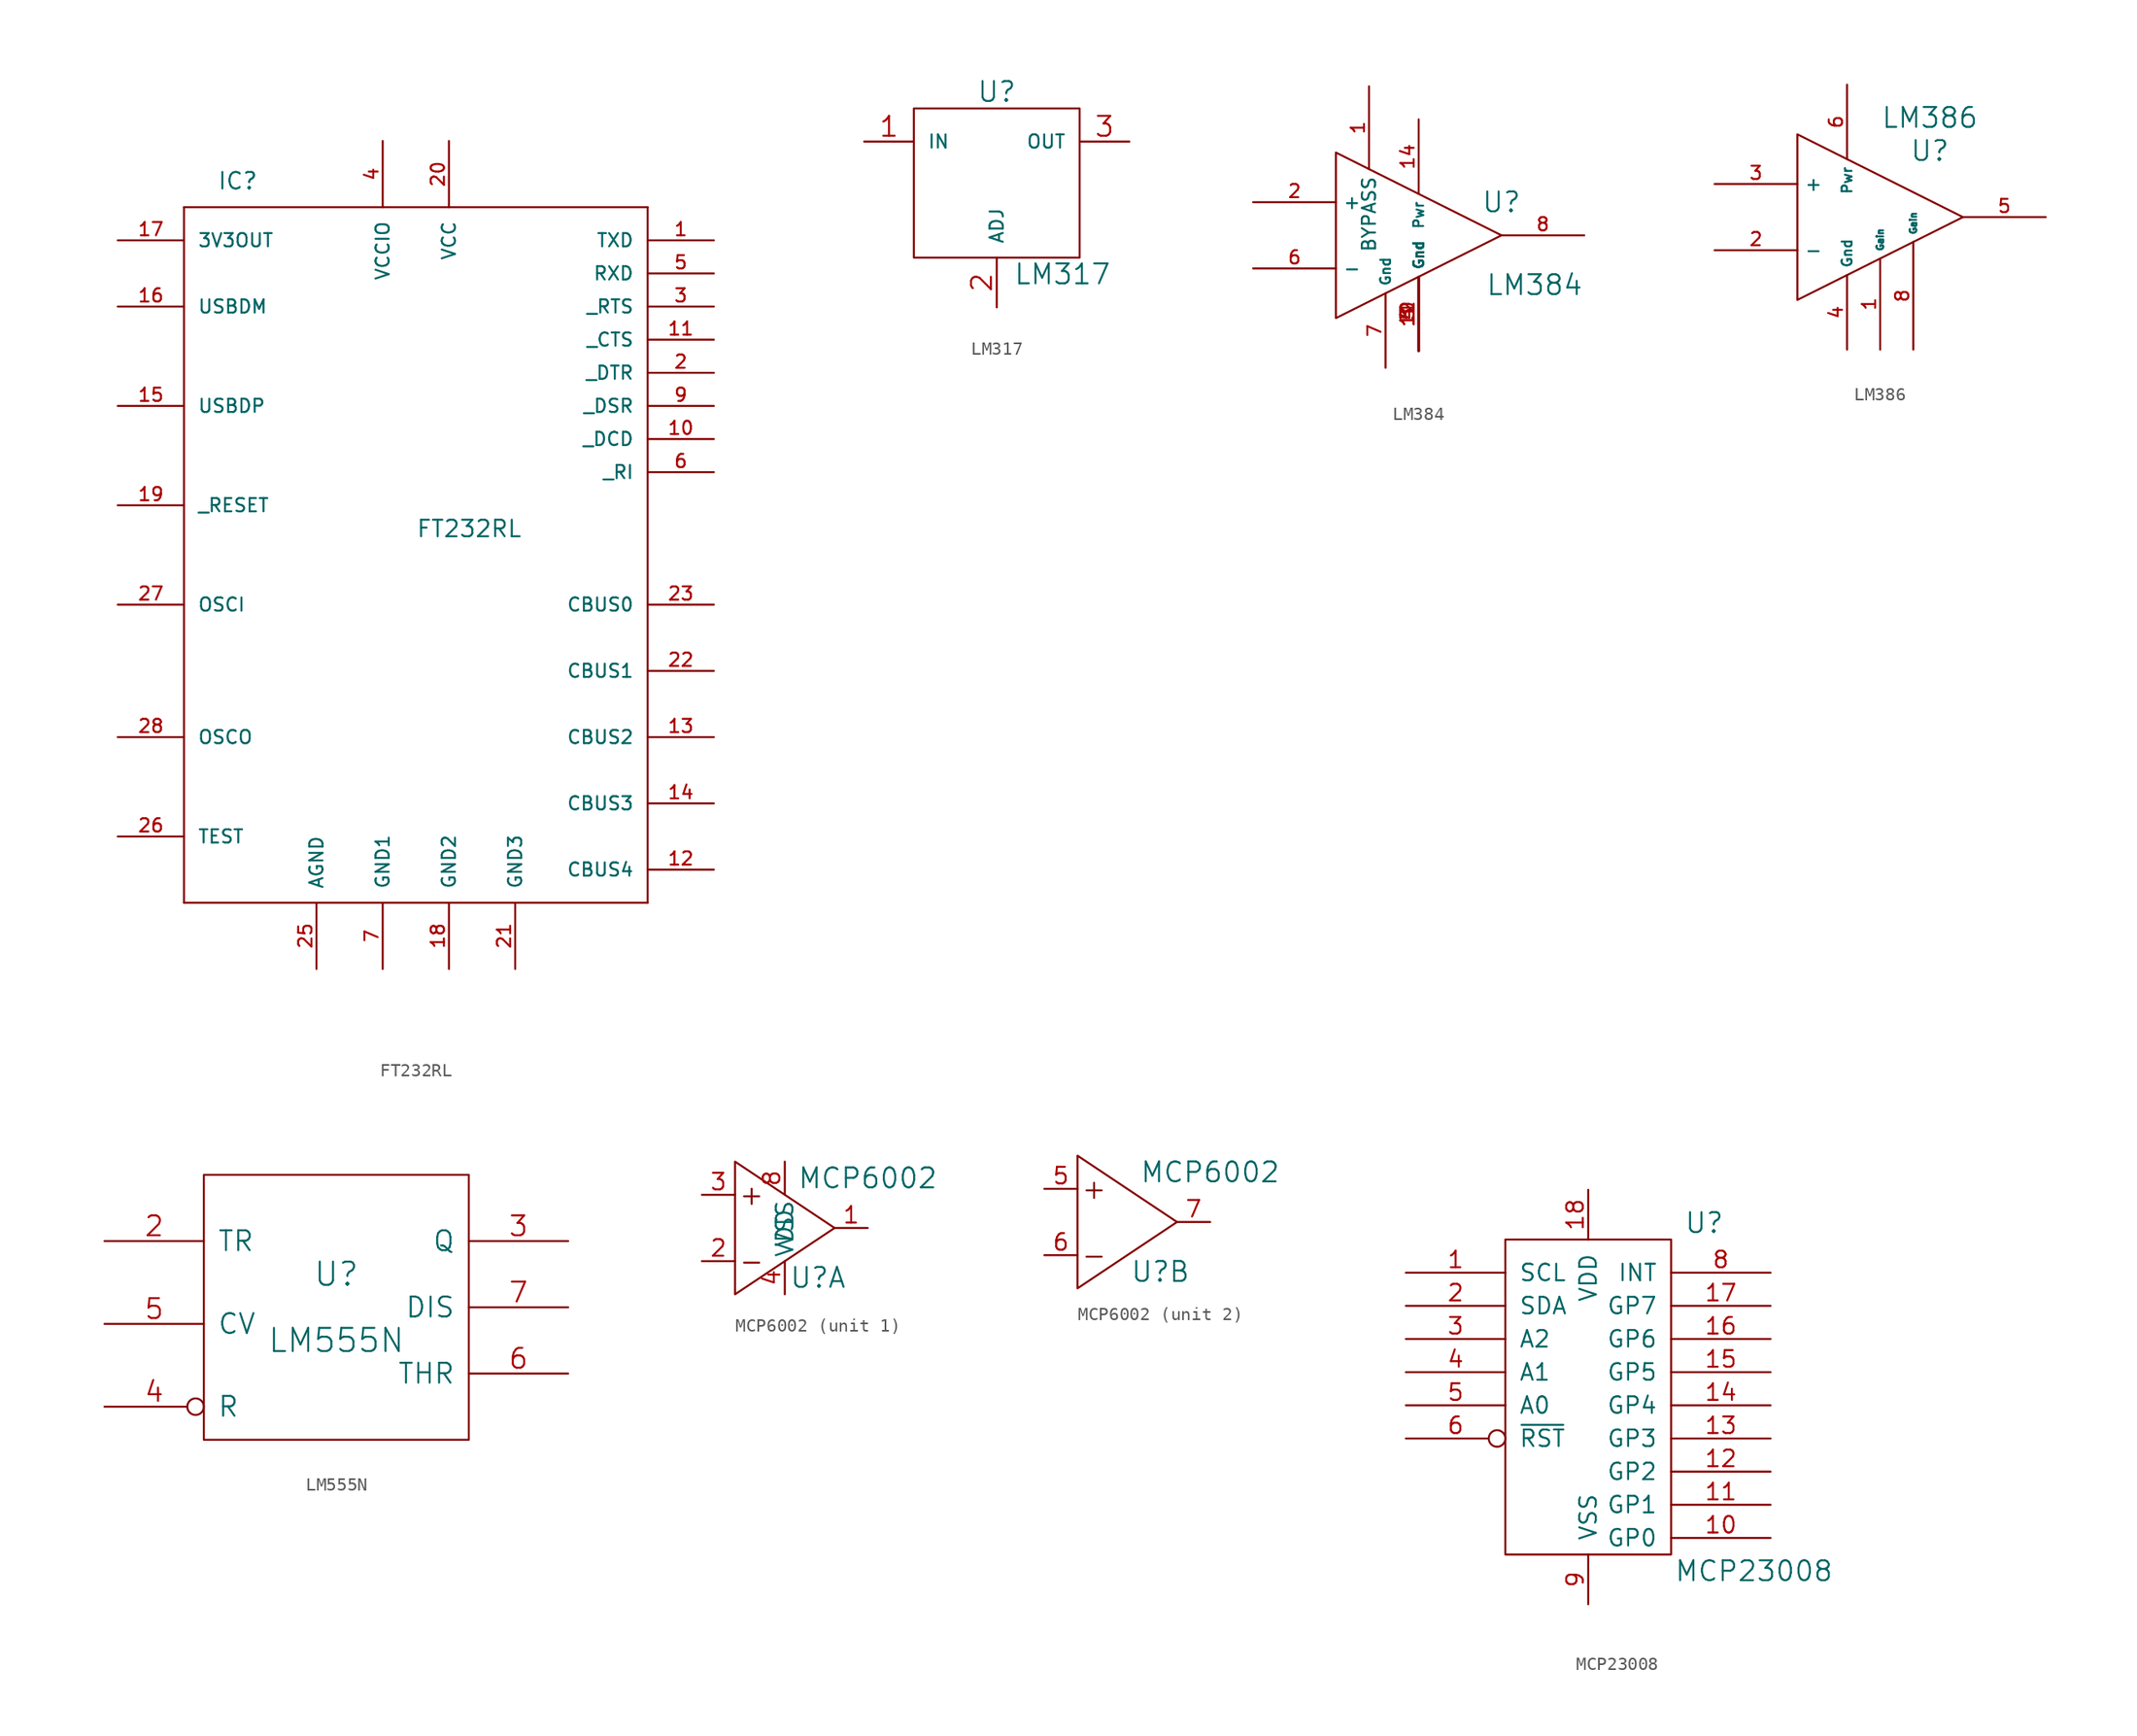
<source format=kicad_sym>
(kicad_symbol_lib
  (version 20220914)
  (generator kicad_symbol_editor)
  (symbol "FT232RL"
    (pin_names
      (offset 1.016))
    (property "Reference" "IC"
      (at -15.24 26.67 0)
      (effects (font (size 1.27 1.27)) (justify left bottom)))
    (property "Value" "FT232RL"
      (at 0 0 0)
      (effects (font (size 1.27 1.27)) (justify left bottom)))
    (property "Datasheet" ""
      (at 0 0 0)
      (effects (font (size 1.524 1.524))))
    (symbol "FT232RL_1_0"
      (polyline (pts (xy -17.78 -27.94) (xy -17.78 25.4)) (stroke (width 0) (type default)) (fill (type none)))
      (polyline (pts (xy -17.78 25.4) (xy 17.78 25.4)) (stroke (width 0) (type default)) (fill (type none)))
      (polyline (pts (xy 17.78 -27.94) (xy -17.78 -27.94)) (stroke (width 0) (type default)) (fill (type none)))
      (polyline (pts (xy 17.78 25.4) (xy 17.78 -27.94)) (stroke (width 0) (type default)) (fill (type none))))
    (symbol "FT232RL_1_1"
      (pin output line (at 22.86 22.86 180) (length 5.08) (name "TXD" (effects (font (size 1.016 1.016)))) (number "1" (effects (font (size 1.016 1.016)))))
      (pin input line (at 22.86 7.62 180) (length 5.08) (name "_DCD" (effects (font (size 1.016 1.016)))) (number "10" (effects (font (size 1.016 1.016)))))
      (pin input line (at 22.86 15.24 180) (length 5.08) (name "_CTS" (effects (font (size 1.016 1.016)))) (number "11" (effects (font (size 1.016 1.016)))))
      (pin bidirectional line (at 22.86 -25.4 180) (length 5.08) (name "CBUS4" (effects (font (size 1.016 1.016)))) (number "12" (effects (font (size 1.016 1.016)))))
      (pin bidirectional line (at 22.86 -15.24 180) (length 5.08) (name "CBUS2" (effects (font (size 1.016 1.016)))) (number "13" (effects (font (size 1.016 1.016)))))
      (pin bidirectional line (at 22.86 -20.32 180) (length 5.08) (name "CBUS3" (effects (font (size 1.016 1.016)))) (number "14" (effects (font (size 1.016 1.016)))))
      (pin bidirectional line (at -22.86 10.16 0) (length 5.08) (name "USBDP" (effects (font (size 1.016 1.016)))) (number "15" (effects (font (size 1.016 1.016)))))
      (pin bidirectional line (at -22.86 17.78 0) (length 5.08) (name "USBDM" (effects (font (size 1.016 1.016)))) (number "16" (effects (font (size 1.016 1.016)))))
      (pin output line (at -22.86 22.86 0) (length 5.08) (name "3V3OUT" (effects (font (size 1.016 1.016)))) (number "17" (effects (font (size 1.016 1.016)))))
      (pin power_in line (at 2.54 -33.02 90) (length 5.08) (name "GND2" (effects (font (size 1.016 1.016)))) (number "18" (effects (font (size 1.016 1.016)))))
      (pin input line (at -22.86 2.54 0) (length 5.08) (name "_RESET" (effects (font (size 1.016 1.016)))) (number "19" (effects (font (size 1.016 1.016)))))
      (pin output line (at 22.86 12.7 180) (length 5.08) (name "_DTR" (effects (font (size 1.016 1.016)))) (number "2" (effects (font (size 1.016 1.016)))))
      (pin power_in line (at 2.54 30.48 270) (length 5.08) (name "VCC" (effects (font (size 1.016 1.016)))) (number "20" (effects (font (size 1.016 1.016)))))
      (pin power_in line (at 7.62 -33.02 90) (length 5.08) (name "GND3" (effects (font (size 1.016 1.016)))) (number "21" (effects (font (size 1.016 1.016)))))
      (pin bidirectional line (at 22.86 -10.16 180) (length 5.08) (name "CBUS1" (effects (font (size 1.016 1.016)))) (number "22" (effects (font (size 1.016 1.016)))))
      (pin bidirectional line (at 22.86 -5.08 180) (length 5.08) (name "CBUS0" (effects (font (size 1.016 1.016)))) (number "23" (effects (font (size 1.016 1.016)))))
      (pin power_in line (at -7.62 -33.02 90) (length 5.08) (name "AGND" (effects (font (size 1.016 1.016)))) (number "25" (effects (font (size 1.016 1.016)))))
      (pin input line (at -22.86 -22.86 0) (length 5.08) (name "TEST" (effects (font (size 1.016 1.016)))) (number "26" (effects (font (size 1.016 1.016)))))
      (pin input line (at -22.86 -5.08 0) (length 5.08) (name "OSCI" (effects (font (size 1.016 1.016)))) (number "27" (effects (font (size 1.016 1.016)))))
      (pin output line (at -22.86 -15.24 0) (length 5.08) (name "OSCO" (effects (font (size 1.016 1.016)))) (number "28" (effects (font (size 1.016 1.016)))))
      (pin output line (at 22.86 17.78 180) (length 5.08) (name "_RTS" (effects (font (size 1.016 1.016)))) (number "3" (effects (font (size 1.016 1.016)))))
      (pin power_in line (at -2.54 30.48 270) (length 5.08) (name "VCCIO" (effects (font (size 1.016 1.016)))) (number "4" (effects (font (size 1.016 1.016)))))
      (pin input line (at 22.86 20.32 180) (length 5.08) (name "RXD" (effects (font (size 1.016 1.016)))) (number "5" (effects (font (size 1.016 1.016)))))
      (pin input line (at 22.86 5.08 180) (length 5.08) (name "_RI" (effects (font (size 1.016 1.016)))) (number "6" (effects (font (size 1.016 1.016)))))
      (pin power_in line (at -2.54 -33.02 90) (length 5.08) (name "GND1" (effects (font (size 1.016 1.016)))) (number "7" (effects (font (size 1.016 1.016)))))
      (pin input line (at 22.86 10.16 180) (length 5.08) (name "_DSR" (effects (font (size 1.016 1.016)))) (number "9" (effects (font (size 1.016 1.016)))))))
  (symbol "LM317"
    (pin_names
      (offset 1.016))
    (property "Reference" "U"
      (at 0 7.62 0)
      (effects (font (size 1.524 1.524))))
    (property "Value" "LM317"
      (at 1.27 -6.35 0)
      (effects (font (size 1.524 1.524)) (justify left)))
    (property "Footprint" ""
      (at 0 0 0)
      (effects (font (size 1.524 1.524))))
    (property "Datasheet" ""
      (at 0 0 0)
      (effects (font (size 1.524 1.524))))
    (symbol "LM317_0_1"
      (rectangle (start -6.35 6.35) (end 6.35 -5.08) (stroke (width 0) (type default)) (fill (type none))))
    (symbol "LM317_1_1"
      (pin input line (at -10.16 3.81 0) (length 3.81) (name "IN" (effects (font (size 1.016 1.016)))) (number "1" (effects (font (size 1.524 1.524)))))
      (pin input line (at 0 -8.89 90) (length 3.81) (name "ADJ" (effects (font (size 1.016 1.016)))) (number "2" (effects (font (size 1.524 1.524)))))
      (pin power_out line (at 10.16 3.81 180) (length 3.81) (name "OUT" (effects (font (size 1.016 1.016)))) (number "3" (effects (font (size 1.524 1.524)))))))
  (symbol "LM384"
    (property "Reference" "U"
      (at 6.35 2.54 0)
      (effects (font (size 1.524 1.524))))
    (property "Value" "LM384"
      (at 8.89 -3.81 0)
      (effects (font (size 1.524 1.524))))
    (property "Footprint" ""
      (at 0 0 0)
      (effects (font (size 1.524 1.524))))
    (property "Datasheet" ""
      (at 0 0 0)
      (effects (font (size 1.524 1.524))))
    (symbol "LM384_0_1"
      (polyline (pts (xy -6.35 6.35) (xy 6.35 0) (xy -6.35 -6.35) (xy -6.35 6.35)) (stroke (width 0) (type default)) (fill (type none))))
    (symbol "LM384_1_1"
      (pin passive line (at -3.81 11.43 270) (length 6.35) (name "BYPASS" (effects (font (size 1.016 1.016)))) (number "1" (effects (font (size 1.016 1.016)))))
      (pin power_in line (at 0 -8.89 90) (length 5.715) (name "Gnd" (effects (font (size 0.762 0.762)))) (number "10" (effects (font (size 1.016 1.016)))))
      (pin power_in line (at 0 -8.89 90) (length 5.715) (name "Gnd" (effects (font (size 0.762 0.762)))) (number "11" (effects (font (size 1.016 1.016)))))
      (pin power_in line (at 0 -8.89 90) (length 5.715) (name "Gnd" (effects (font (size 0.762 0.762)))) (number "12" (effects (font (size 1.016 1.016)))))
      (pin power_in line (at 0 8.89 270) (length 5.715) (name "Pwr" (effects (font (size 0.762 0.762)))) (number "14" (effects (font (size 1.016 1.016)))))
      (pin input line (at -12.7 2.54 0) (length 6.35) (name "+" (effects (font (size 1.016 1.016)))) (number "2" (effects (font (size 1.016 1.016)))))
      (pin power_in line (at 0 -8.89 90) (length 5.715) (name "Gnd" (effects (font (size 0.762 0.762)))) (number "3" (effects (font (size 1.016 1.016)))))
      (pin power_in line (at 0 -8.89 90) (length 5.715) (name "Gnd" (effects (font (size 0.762 0.762)))) (number "4" (effects (font (size 1.016 1.016)))))
      (pin power_in line (at 0 -8.89 90) (length 5.715) (name "Gnd" (effects (font (size 0.762 0.762)))) (number "5" (effects (font (size 1.016 1.016)))))
      (pin input line (at -12.7 -2.54 0) (length 6.35) (name "-" (effects (font (size 1.016 1.016)))) (number "6" (effects (font (size 1.016 1.016)))))
      (pin power_in line (at -2.54 -10.16 90) (length 5.715) (name "Gnd" (effects (font (size 0.762 0.762)))) (number "7" (effects (font (size 1.016 1.016)))))
      (pin output line (at 12.7 0 180) (length 6.35) (name "~" (effects (font (size 1.016 1.016)))) (number "8" (effects (font (size 1.016 1.016)))))))
  (symbol "LM386"
    (property "Reference" "U"
      (at 3.81 5.08 0)
      (effects (font (size 1.524 1.524))))
    (property "Value" "LM386"
      (at 3.81 7.62 0)
      (effects (font (size 1.524 1.524))))
    (property "Footprint" ""
      (at 0 0 0)
      (effects (font (size 1.524 1.524))))
    (property "Datasheet" ""
      (at 0 0 0)
      (effects (font (size 1.524 1.524))))
    (symbol "LM386_0_1"
      (polyline (pts (xy -6.35 6.35) (xy 6.35 0) (xy -6.35 -6.35) (xy -6.35 6.35)) (stroke (width 0) (type default)) (fill (type none))))
    (symbol "LM386_1_1"
      (pin input line (at 0 -10.16 90) (length 6.985) (name "Gain" (effects (font (size 0.508 0.508)))) (number "1" (effects (font (size 1.016 1.016)))))
      (pin input line (at -12.7 -2.54 0) (length 6.35) (name "-" (effects (font (size 1.016 1.016)))) (number "2" (effects (font (size 1.016 1.016)))))
      (pin input line (at -12.7 2.54 0) (length 6.35) (name "+" (effects (font (size 1.016 1.016)))) (number "3" (effects (font (size 1.016 1.016)))))
      (pin power_in line (at -2.54 -10.16 90) (length 5.715) (name "Gnd" (effects (font (size 0.762 0.762)))) (number "4" (effects (font (size 1.016 1.016)))))
      (pin output line (at 12.7 0 180) (length 6.35) (name "~" (effects (font (size 1.016 1.016)))) (number "5" (effects (font (size 1.016 1.016)))))
      (pin power_in line (at -2.54 10.16 270) (length 5.715) (name "Pwr" (effects (font (size 0.762 0.762)))) (number "6" (effects (font (size 1.016 1.016)))))
      (pin input line (at 2.54 -10.16 90) (length 8.255) (name "Gain" (effects (font (size 0.508 0.508)))) (number "8" (effects (font (size 1.016 1.016)))))))
  (symbol "LM555N"
    (pin_names
      (offset 1.016))
    (property "Reference" "U"
      (at 0 2.54 0)
      (effects (font (size 1.778 1.778))))
    (property "Value" "LM555N"
      (at 0 -2.54 0)
      (effects (font (size 1.778 1.778))))
    (property "Footprint" ""
      (at 0 0 0)
      (effects (font (size 1.524 1.524))))
    (property "Datasheet" ""
      (at 0 0 0)
      (effects (font (size 1.524 1.524))))
    (symbol "LM555N_0_0"
      (pin power_in line (at 0 -10.16 90) (length 0) hide (name "GND" (effects (font (size 1.524 1.524)))) (number "1" (effects (font (size 1.524 1.524)))))
      (pin power_in line (at 0 10.16 270) (length 0) hide (name "VCC" (effects (font (size 1.524 1.524)))) (number "8" (effects (font (size 1.524 1.524))))))
    (symbol "LM555N_0_1"
      (rectangle (start -10.16 -10.16) (end 10.16 10.16) (stroke (width 0) (type default)) (fill (type none))))
    (symbol "LM555N_1_1"
      (pin input line (at -17.78 5.08 0) (length 7.62) (name "TR" (effects (font (size 1.524 1.524)))) (number "2" (effects (font (size 1.524 1.524)))))
      (pin output line (at 17.78 5.08 180) (length 7.62) (name "Q" (effects (font (size 1.524 1.524)))) (number "3" (effects (font (size 1.524 1.524)))))
      (pin input inverted (at -17.78 -7.62 0) (length 7.62) (name "R" (effects (font (size 1.524 1.524)))) (number "4" (effects (font (size 1.524 1.524)))))
      (pin input line (at -17.78 -1.27 0) (length 7.62) (name "CV" (effects (font (size 1.524 1.524)))) (number "5" (effects (font (size 1.524 1.524)))))
      (pin input line (at 17.78 -5.08 180) (length 7.62) (name "THR" (effects (font (size 1.524 1.524)))) (number "6" (effects (font (size 1.524 1.524)))))
      (pin input line (at 17.78 0 180) (length 7.62) (name "DIS" (effects (font (size 1.524 1.524)))) (number "7" (effects (font (size 1.524 1.524)))))))
  (symbol "MCP6002"
    (pin_names
      (offset 1.016))
    (property "Reference" "U"
      (at 2.54 -3.81 0)
      (effects (font (size 1.524 1.524))))
    (property "Value" "MCP6002"
      (at 6.35 3.81 0)
      (effects (font (size 1.524 1.524))))
    (property "Footprint" ""
      (at 1.27 0 0)
      (effects (font (size 1.524 1.524))))
    (property "Datasheet" ""
      (at 1.27 0 0)
      (effects (font (size 1.524 1.524))))
    (symbol "MCP6002_0_0"
      (polyline (pts (xy -3.81 -5.08) (xy -3.81 5.08) (xy 3.81 0) (xy -3.81 -5.08)) (stroke (width 0) (type default)) (fill (type none)))
      (text "+" (at -2.54 2.54 0) (effects (font (size 1.524 1.524))))
      (text "-" (at -2.54 -2.54 0) (effects (font (size 1.524 1.524)))))
    (symbol "MCP6002_1_1"
      (pin input line (at 6.35 0 180) (length 2.54) (name "Q" (effects (font (size 0 0)))) (number "1" (effects (font (size 1.27 1.27)))))
      (pin input line (at -6.35 -2.54 0) (length 2.54) (name "-" (effects (font (size 0 0)))) (number "2" (effects (font (size 1.27 1.27)))))
      (pin input line (at -6.35 2.54 0) (length 2.54) (name "+" (effects (font (size 0 0)))) (number "3" (effects (font (size 1.27 1.27)))))
      (pin input line (at 0 -5.08 90) (length 2.54) (name "VSS" (effects (font (size 1.27 1.27)))) (number "4" (effects (font (size 1.27 1.27)))))
      (pin input line (at 0 5.08 270) (length 2.54) (name "VDD" (effects (font (size 1.27 1.27)))) (number "8" (effects (font (size 1.27 1.27))))))
    (symbol "MCP6002_2_1"
      (pin input line (at -6.35 2.54 0) (length 2.54) (name "+" (effects (font (size 0 0)))) (number "5" (effects (font (size 1.27 1.27)))))
      (pin input line (at -6.35 -2.54 0) (length 2.54) (name "-" (effects (font (size 0 0)))) (number "6" (effects (font (size 1.27 1.27)))))
      (pin input line (at 6.35 0 180) (length 2.54) (name "Q" (effects (font (size 0 0)))) (number "7" (effects (font (size 1.27 1.27)))))))
  (symbol "MCP23008"
    (pin_names
      (offset 1.016))
    (property "Reference" "U"
      (at 7.62 25.4 0)
      (effects (font (size 1.524 1.524))))
    (property "Value" "MCP23008"
      (at 11.43 -1.27 0)
      (effects (font (size 1.524 1.524))))
    (property "Footprint" ""
      (at 0 0 0)
      (effects (font (size 1.524 1.524))))
    (property "Datasheet" ""
      (at 0 0 0)
      (effects (font (size 1.524 1.524))))
    (symbol "MCP23008_0_1"
      (rectangle (start -7.62 0) (end 5.08 24.13) (stroke (width 0) (type default)) (fill (type none))))
    (symbol "MCP23008_1_1"
      (pin input line (at -15.24 21.59 0) (length 7.62) (name "SCL" (effects (font (size 1.27 1.27)))) (number "1" (effects (font (size 1.27 1.27)))))
      (pin output line (at 12.7 1.27 180) (length 7.62) (name "GP0" (effects (font (size 1.27 1.27)))) (number "10" (effects (font (size 1.27 1.27)))))
      (pin output line (at 12.7 3.81 180) (length 7.62) (name "GP1" (effects (font (size 1.27 1.27)))) (number "11" (effects (font (size 1.27 1.27)))))
      (pin output line (at 12.7 6.35 180) (length 7.62) (name "GP2" (effects (font (size 1.27 1.27)))) (number "12" (effects (font (size 1.27 1.27)))))
      (pin output line (at 12.7 8.89 180) (length 7.62) (name "GP3" (effects (font (size 1.27 1.27)))) (number "13" (effects (font (size 1.27 1.27)))))
      (pin output line (at 12.7 11.43 180) (length 7.62) (name "GP4" (effects (font (size 1.27 1.27)))) (number "14" (effects (font (size 1.27 1.27)))))
      (pin output line (at 12.7 13.97 180) (length 7.62) (name "GP5" (effects (font (size 1.27 1.27)))) (number "15" (effects (font (size 1.27 1.27)))))
      (pin output line (at 12.7 16.51 180) (length 7.62) (name "GP6" (effects (font (size 1.27 1.27)))) (number "16" (effects (font (size 1.27 1.27)))))
      (pin bidirectional line (at 12.7 19.05 180) (length 7.62) (name "GP7" (effects (font (size 1.27 1.27)))) (number "17" (effects (font (size 1.27 1.27)))))
      (pin power_in line (at -1.27 27.94 270) (length 3.81) (name "VDD" (effects (font (size 1.27 1.27)))) (number "18" (effects (font (size 1.27 1.27)))))
      (pin input line (at -15.24 19.05 0) (length 7.62) (name "SDA" (effects (font (size 1.27 1.27)))) (number "2" (effects (font (size 1.27 1.27)))))
      (pin input line (at -15.24 16.51 0) (length 7.62) (name "A2" (effects (font (size 1.27 1.27)))) (number "3" (effects (font (size 1.27 1.27)))))
      (pin input line (at -15.24 13.97 0) (length 7.62) (name "A1" (effects (font (size 1.27 1.27)))) (number "4" (effects (font (size 1.27 1.27)))))
      (pin input line (at -15.24 11.43 0) (length 7.62) (name "A0" (effects (font (size 1.27 1.27)))) (number "5" (effects (font (size 1.27 1.27)))))
      (pin input inverted (at -15.24 8.89 0) (length 7.62) (name "~{RST}" (effects (font (size 1.27 1.27)))) (number "6" (effects (font (size 1.27 1.27)))))
      (pin output line (at 12.7 21.59 180) (length 7.62) (name "INT" (effects (font (size 1.27 1.27)))) (number "8" (effects (font (size 1.27 1.27)))))
      (pin power_in line (at -1.27 -3.81 90) (length 3.81) (name "VSS" (effects (font (size 1.27 1.27)))) (number "9" (effects (font (size 1.27 1.27))))))))
</source>
